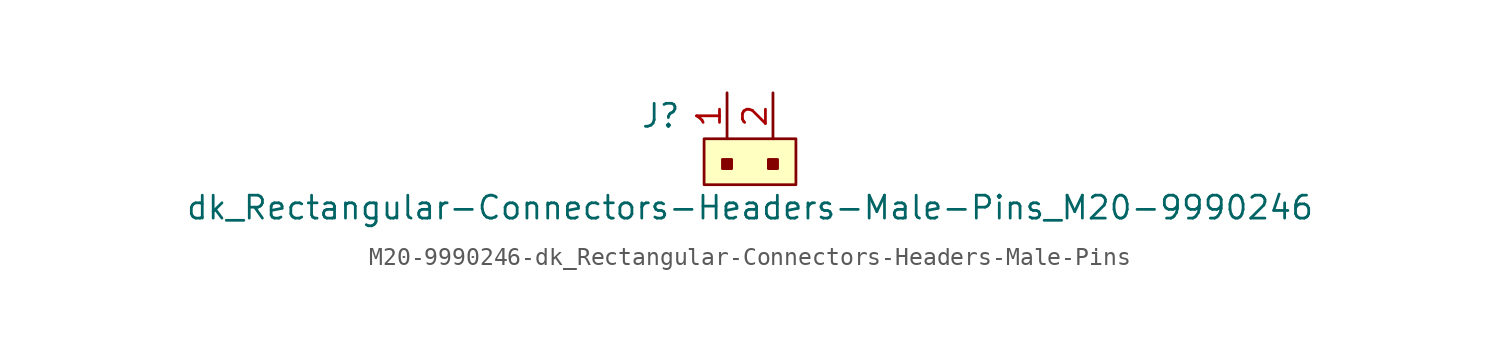
<source format=kicad_sym>
(kicad_symbol_lib
  (version 20231120)
  (generator "kicad_symbol_editor")
  (generator_version "8.0")
  (symbol "M20-9990246-dk_Rectangular-Connectors-Headers-Male-Pins"
    (pin_names
      (offset 1.016))
    (property "Reference" "J"
      (at -2.54 1.27 0)
      (effects (font (size 1.27 1.27)) (justify right)))
    (property "Value" "dk_Rectangular-Connectors-Headers-Male-Pins_M20-9990246"
      (at 1.27 -3.81 0)
      (effects (font (size 1.27 1.27))))
    (symbol "M20-9990246-dk_Rectangular-Connectors-Headers-Male-Pins_1_1"
      (rectangle (start -1.27 0) (end 3.81 -2.54) (stroke (width 0) (type solid)) (fill (type background)))
      (rectangle (start -0.254 -1.143) (end 0.254 -1.651) (stroke (width 0) (type solid)) (fill (type outline)))
      (rectangle (start 2.286 -1.143) (end 2.794 -1.651) (stroke (width 0) (type solid)) (fill (type outline)))
      (pin passive line (at 0 2.54 270) (length 2.54) (name "~" (effects (font (size 1.27 1.27)))) (number "1" (effects (font (size 1.27 1.27)))))
      (pin passive line (at 2.54 2.54 270) (length 2.54) (name "~" (effects (font (size 1.27 1.27)))) (number "2" (effects (font (size 1.27 1.27))))))))
</source>
